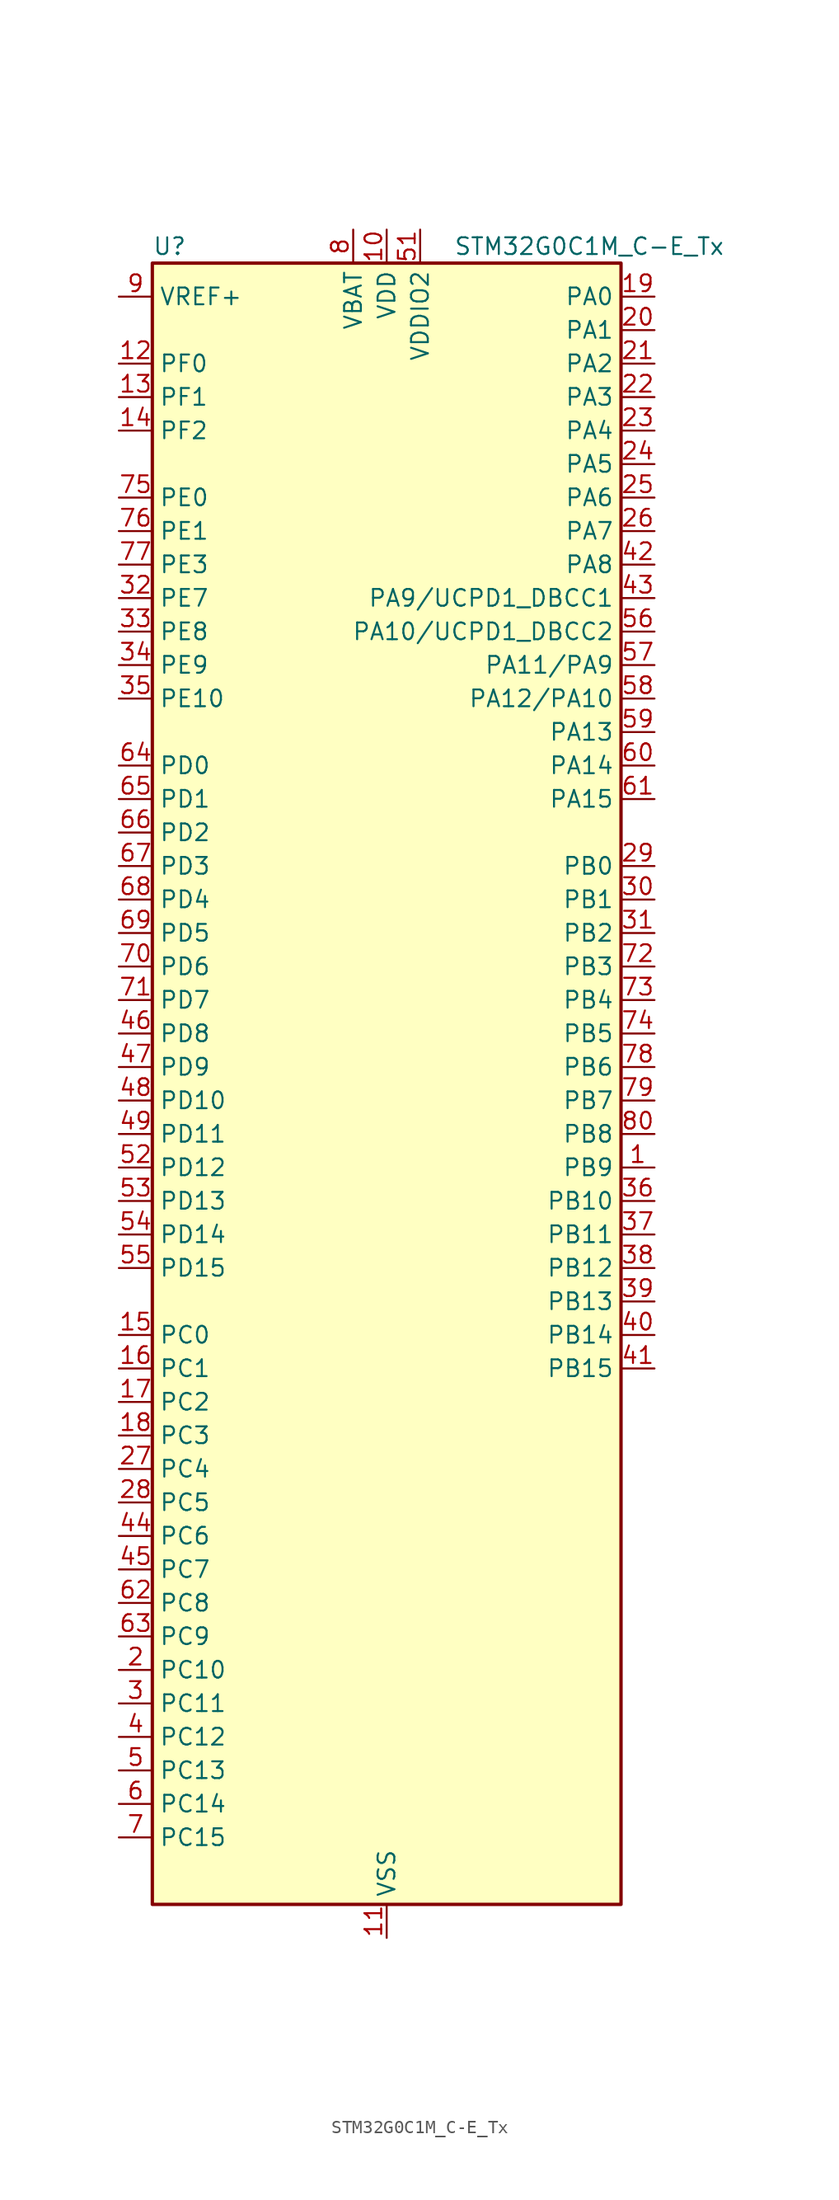
<source format=kicad_sym>
(kicad_symbol_lib
  (version 20211014)
  (generator kicad-library-utils)
  (symbol "STM32G0C1M_C-E_Tx"
    (property "Reference" "U"
      (at -17.78 64.77 0)
      (effects (font (size 1.27 1.27)) (justify left)))
    (property "Value" "STM32G0C1M_C-E_Tx"
      (at 5.08 64.77 0)
      (effects (font (size 1.27 1.27)) (justify left)))
    (property "ki_fp_filters" "LQFP*12x12mm*P0.5mm*"
      (at 0.0 0.0 0.0)
      (effects (font (size 1.27 1.27))))
    (symbol "STM32G0C1M_C-E_Tx_0_1"
      (rectangle (start -17.78 -60.96) (end 17.78 63.5) (stroke (width 0.254)) (fill (type background))))
    (symbol "STM32G0C1M_C-E_Tx_1_1"
      (pin input line (at -20.32 60.96 0) (length 2.54) (name "VREF+" (effects (font (size 1.27 1.27)))) (number "9" (effects (font (size 1.27 1.27)))) (alternate "VREFBUF_OUT" bidirectional line))
      (pin bidirectional line (at -20.32 55.88 0) (length 2.54) (name "PF0" (effects (font (size 1.27 1.27)))) (number "12" (effects (font (size 1.27 1.27)))) (alternate "CRS1_SYNC" bidirectional line) (alternate "RCC_OSC_IN" bidirectional line) (alternate "TIM14_CH1" bidirectional line))
      (pin bidirectional line (at -20.32 53.34 0) (length 2.54) (name "PF1" (effects (font (size 1.27 1.27)))) (number "13" (effects (font (size 1.27 1.27)))) (alternate "RCC_OSC_EN" bidirectional line) (alternate "RCC_OSC_OUT" bidirectional line) (alternate "TIM15_CH1N" bidirectional line))
      (pin bidirectional line (at -20.32 50.8 0) (length 2.54) (name "PF2" (effects (font (size 1.27 1.27)))) (number "14" (effects (font (size 1.27 1.27)))) (alternate "LPUART2_DE" bidirectional line) (alternate "LPUART2_RTS" bidirectional line) (alternate "LPUART2_TX" bidirectional line) (alternate "RCC_MCO" bidirectional line))
      (pin bidirectional line (at -20.32 45.72 0) (length 2.54) (name "PE0" (effects (font (size 1.27 1.27)))) (number "75" (effects (font (size 1.27 1.27)))) (alternate "TIM16_CH1" bidirectional line) (alternate "TIM4_ETR" bidirectional line))
      (pin bidirectional line (at -20.32 43.18 0) (length 2.54) (name "PE1" (effects (font (size 1.27 1.27)))) (number "76" (effects (font (size 1.27 1.27)))) (alternate "TIM17_CH1" bidirectional line))
      (pin bidirectional line (at -20.32 40.64 0) (length 2.54) (name "PE3" (effects (font (size 1.27 1.27)))) (number "77" (effects (font (size 1.27 1.27)))) (alternate "TIM3_CH1" bidirectional line))
      (pin bidirectional line (at -20.32 38.1 0) (length 2.54) (name "PE7" (effects (font (size 1.27 1.27)))) (number "32" (effects (font (size 1.27 1.27)))) (alternate "COMP3_INP" bidirectional line) (alternate "TIM1_ETR" bidirectional line) (alternate "USART5_CK" bidirectional line) (alternate "USART5_DE" bidirectional line) (alternate "USART5_RTS" bidirectional line))
      (pin bidirectional line (at -20.32 35.56 0) (length 2.54) (name "PE8" (effects (font (size 1.27 1.27)))) (number "33" (effects (font (size 1.27 1.27)))) (alternate "COMP3_INM" bidirectional line) (alternate "TIM1_CH1N" bidirectional line) (alternate "USART4_TX" bidirectional line))
      (pin bidirectional line (at -20.32 33.02 0) (length 2.54) (name "PE9" (effects (font (size 1.27 1.27)))) (number "34" (effects (font (size 1.27 1.27)))) (alternate "DAC1_EXTI9" bidirectional line) (alternate "TIM1_CH1" bidirectional line) (alternate "USART4_RX" bidirectional line))
      (pin bidirectional line (at -20.32 30.48 0) (length 2.54) (name "PE10" (effects (font (size 1.27 1.27)))) (number "35" (effects (font (size 1.27 1.27)))) (alternate "TIM1_CH2N" bidirectional line) (alternate "USART5_TX" bidirectional line))
      (pin bidirectional line (at -20.32 25.4 0) (length 2.54) (name "PD0" (effects (font (size 1.27 1.27)))) (number "64" (effects (font (size 1.27 1.27)))) (alternate "FDCAN1_RX" bidirectional line) (alternate "I2S2_WS" bidirectional line) (alternate "SPI2_NSS" bidirectional line) (alternate "TIM16_CH1" bidirectional line) (alternate "UCPD2_CC1" bidirectional line))
      (pin bidirectional line (at -20.32 22.86 0) (length 2.54) (name "PD1" (effects (font (size 1.27 1.27)))) (number "65" (effects (font (size 1.27 1.27)))) (alternate "FDCAN1_TX" bidirectional line) (alternate "I2S2_CK" bidirectional line) (alternate "SPI2_SCK" bidirectional line) (alternate "TIM17_CH1" bidirectional line) (alternate "UCPD2_DBCC1" bidirectional line))
      (pin bidirectional line (at -20.32 20.32 0) (length 2.54) (name "PD2" (effects (font (size 1.27 1.27)))) (number "66" (effects (font (size 1.27 1.27)))) (alternate "TIM1_CH1N" bidirectional line) (alternate "TIM3_ETR" bidirectional line) (alternate "UCPD2_CC2" bidirectional line) (alternate "USART3_CK" bidirectional line) (alternate "USART3_DE" bidirectional line) (alternate "USART3_RTS" bidirectional line) (alternate "USART5_RX" bidirectional line))
      (pin bidirectional line (at -20.32 17.78 0) (length 2.54) (name "PD3" (effects (font (size 1.27 1.27)))) (number "67" (effects (font (size 1.27 1.27)))) (alternate "I2S2_MCK" bidirectional line) (alternate "SPI2_MISO" bidirectional line) (alternate "TIM1_CH2N" bidirectional line) (alternate "UCPD2_DBCC2" bidirectional line) (alternate "USART2_CTS" bidirectional line) (alternate "USART2_NSS" bidirectional line) (alternate "USART5_TX" bidirectional line))
      (pin bidirectional line (at -20.32 15.24 0) (length 2.54) (name "PD4" (effects (font (size 1.27 1.27)))) (number "68" (effects (font (size 1.27 1.27)))) (alternate "I2S2_SD" bidirectional line) (alternate "SPI2_MOSI" bidirectional line) (alternate "TIM1_CH3N" bidirectional line) (alternate "USART2_CK" bidirectional line) (alternate "USART2_DE" bidirectional line) (alternate "USART2_RTS" bidirectional line) (alternate "USART5_CK" bidirectional line) (alternate "USART5_DE" bidirectional line) (alternate "USART5_RTS" bidirectional line))
      (pin bidirectional line (at -20.32 12.7 0) (length 2.54) (name "PD5" (effects (font (size 1.27 1.27)))) (number "69" (effects (font (size 1.27 1.27)))) (alternate "I2S1_MCK" bidirectional line) (alternate "SPI1_MISO" bidirectional line) (alternate "TIM1_BK" bidirectional line) (alternate "USART2_TX" bidirectional line) (alternate "USART5_CTS" bidirectional line) (alternate "USART5_NSS" bidirectional line))
      (pin bidirectional line (at -20.32 10.16 0) (length 2.54) (name "PD6" (effects (font (size 1.27 1.27)))) (number "70" (effects (font (size 1.27 1.27)))) (alternate "I2S1_SD" bidirectional line) (alternate "LPTIM2_OUT" bidirectional line) (alternate "SPI1_MOSI" bidirectional line) (alternate "USART2_RX" bidirectional line))
      (pin bidirectional line (at -20.32 7.62 0) (length 2.54) (name "PD7" (effects (font (size 1.27 1.27)))) (number "71" (effects (font (size 1.27 1.27)))) (alternate "RCC_MCO_2" bidirectional line))
      (pin bidirectional line (at -20.32 5.08 0) (length 2.54) (name "PD8" (effects (font (size 1.27 1.27)))) (number "46" (effects (font (size 1.27 1.27)))) (alternate "I2S1_CK" bidirectional line) (alternate "LPTIM1_OUT" bidirectional line) (alternate "SPI1_SCK" bidirectional line) (alternate "USART3_TX" bidirectional line))
      (pin bidirectional line (at -20.32 2.54 0) (length 2.54) (name "PD9" (effects (font (size 1.27 1.27)))) (number "47" (effects (font (size 1.27 1.27)))) (alternate "DAC1_EXTI9" bidirectional line) (alternate "I2S1_WS" bidirectional line) (alternate "SPI1_NSS" bidirectional line) (alternate "TIM1_BK2" bidirectional line) (alternate "USART3_RX" bidirectional line))
      (pin bidirectional line (at -20.32 0.0 0) (length 2.54) (name "PD10" (effects (font (size 1.27 1.27)))) (number "48" (effects (font (size 1.27 1.27)))) (alternate "RCC_MCO" bidirectional line))
      (pin bidirectional line (at -20.32 -2.54 0) (length 2.54) (name "PD11" (effects (font (size 1.27 1.27)))) (number "49" (effects (font (size 1.27 1.27)))) (alternate "ADC1_EXTI11" bidirectional line) (alternate "LPTIM2_ETR" bidirectional line) (alternate "USART3_CTS" bidirectional line) (alternate "USART3_NSS" bidirectional line))
      (pin bidirectional line (at -20.32 -5.08 0) (length 2.54) (name "PD12" (effects (font (size 1.27 1.27)))) (number "52" (effects (font (size 1.27 1.27)))) (alternate "FDCAN1_RX" bidirectional line) (alternate "LPTIM2_IN1" bidirectional line) (alternate "TIM4_CH1" bidirectional line) (alternate "USART3_CK" bidirectional line) (alternate "USART3_DE" bidirectional line) (alternate "USART3_RTS" bidirectional line))
      (pin bidirectional line (at -20.32 -7.62 0) (length 2.54) (name "PD13" (effects (font (size 1.27 1.27)))) (number "53" (effects (font (size 1.27 1.27)))) (alternate "FDCAN1_TX" bidirectional line) (alternate "LPTIM2_OUT" bidirectional line) (alternate "TIM4_CH2" bidirectional line))
      (pin bidirectional line (at -20.32 -10.16 0) (length 2.54) (name "PD14" (effects (font (size 1.27 1.27)))) (number "54" (effects (font (size 1.27 1.27)))) (alternate "FDCAN2_RX" bidirectional line) (alternate "LPUART2_CTS" bidirectional line) (alternate "TIM4_CH3" bidirectional line))
      (pin bidirectional line (at -20.32 -12.7 0) (length 2.54) (name "PD15" (effects (font (size 1.27 1.27)))) (number "55" (effects (font (size 1.27 1.27)))) (alternate "CRS1_SYNC" bidirectional line) (alternate "FDCAN2_TX" bidirectional line) (alternate "LPUART2_DE" bidirectional line) (alternate "LPUART2_RTS" bidirectional line) (alternate "TIM4_CH4" bidirectional line))
      (pin bidirectional line (at -20.32 -17.78 0) (length 2.54) (name "PC0" (effects (font (size 1.27 1.27)))) (number "15" (effects (font (size 1.27 1.27)))) (alternate "COMP3_INM" bidirectional line) (alternate "COMP3_OUT" bidirectional line) (alternate "I2C3_SCL" bidirectional line) (alternate "LPTIM1_IN1" bidirectional line) (alternate "LPTIM2_IN1" bidirectional line) (alternate "LPUART1_RX" bidirectional line) (alternate "LPUART2_TX" bidirectional line) (alternate "USART6_TX" bidirectional line))
      (pin bidirectional line (at -20.32 -20.32 0) (length 2.54) (name "PC1" (effects (font (size 1.27 1.27)))) (number "16" (effects (font (size 1.27 1.27)))) (alternate "COMP3_INP" bidirectional line) (alternate "I2C3_SDA" bidirectional line) (alternate "LPTIM1_OUT" bidirectional line) (alternate "LPUART1_TX" bidirectional line) (alternate "LPUART2_RX" bidirectional line) (alternate "TIM15_CH1" bidirectional line) (alternate "USART6_RX" bidirectional line))
      (pin bidirectional line (at -20.32 -22.86 0) (length 2.54) (name "PC2" (effects (font (size 1.27 1.27)))) (number "17" (effects (font (size 1.27 1.27)))) (alternate "COMP3_OUT" bidirectional line) (alternate "FDCAN2_RX" bidirectional line) (alternate "I2S2_MCK" bidirectional line) (alternate "LPTIM1_IN2" bidirectional line) (alternate "SPI2_MISO" bidirectional line) (alternate "TIM15_CH2" bidirectional line))
      (pin bidirectional line (at -20.32 -25.4 0) (length 2.54) (name "PC3" (effects (font (size 1.27 1.27)))) (number "18" (effects (font (size 1.27 1.27)))) (alternate "FDCAN2_TX" bidirectional line) (alternate "I2S2_SD" bidirectional line) (alternate "LPTIM1_ETR" bidirectional line) (alternate "LPTIM2_ETR" bidirectional line) (alternate "SPI2_MOSI" bidirectional line))
      (pin bidirectional line (at -20.32 -27.94 0) (length 2.54) (name "PC4" (effects (font (size 1.27 1.27)))) (number "27" (effects (font (size 1.27 1.27)))) (alternate "ADC1_IN17" bidirectional line) (alternate "COMP1_INM" bidirectional line) (alternate "FDCAN1_RX" bidirectional line) (alternate "TIM2_CH1" bidirectional line) (alternate "TIM2_ETR" bidirectional line) (alternate "USART1_TX" bidirectional line) (alternate "USART3_TX" bidirectional line))
      (pin bidirectional line (at -20.32 -30.48 0) (length 2.54) (name "PC5" (effects (font (size 1.27 1.27)))) (number "28" (effects (font (size 1.27 1.27)))) (alternate "ADC1_IN18" bidirectional line) (alternate "COMP1_INP" bidirectional line) (alternate "FDCAN1_TX" bidirectional line) (alternate "SYS_WKUP5" bidirectional line) (alternate "TIM2_CH2" bidirectional line) (alternate "USART1_RX" bidirectional line) (alternate "USART3_RX" bidirectional line))
      (pin bidirectional line (at -20.32 -33.02 0) (length 2.54) (name "PC6" (effects (font (size 1.27 1.27)))) (number "44" (effects (font (size 1.27 1.27)))) (alternate "LPUART2_TX" bidirectional line) (alternate "TIM2_CH3" bidirectional line) (alternate "TIM3_CH1" bidirectional line) (alternate "UCPD1_FRSTX1" bidirectional line) (alternate "UCPD1_FRSTX2" bidirectional line))
      (pin bidirectional line (at -20.32 -35.56 0) (length 2.54) (name "PC7" (effects (font (size 1.27 1.27)))) (number "45" (effects (font (size 1.27 1.27)))) (alternate "LPUART2_RX" bidirectional line) (alternate "TIM2_CH4" bidirectional line) (alternate "TIM3_CH2" bidirectional line) (alternate "UCPD2_FRSTX1" bidirectional line) (alternate "UCPD2_FRSTX2" bidirectional line))
      (pin bidirectional line (at -20.32 -38.1 0) (length 2.54) (name "PC8" (effects (font (size 1.27 1.27)))) (number "62" (effects (font (size 1.27 1.27)))) (alternate "LPUART2_CTS" bidirectional line) (alternate "TIM1_CH1" bidirectional line) (alternate "TIM3_CH3" bidirectional line) (alternate "UCPD2_FRSTX1" bidirectional line) (alternate "UCPD2_FRSTX2" bidirectional line))
      (pin bidirectional line (at -20.32 -40.64 0) (length 2.54) (name "PC9" (effects (font (size 1.27 1.27)))) (number "63" (effects (font (size 1.27 1.27)))) (alternate "DAC1_EXTI9" bidirectional line) (alternate "I2S_CKIN" bidirectional line) (alternate "LPUART2_DE" bidirectional line) (alternate "LPUART2_RTS" bidirectional line) (alternate "TIM1_CH2" bidirectional line) (alternate "TIM3_CH4" bidirectional line) (alternate "USB_NOE" bidirectional line))
      (pin bidirectional line (at -20.32 -43.18 0) (length 2.54) (name "PC10" (effects (font (size 1.27 1.27)))) (number "2" (effects (font (size 1.27 1.27)))) (alternate "SPI3_SCK" bidirectional line) (alternate "TIM1_CH3" bidirectional line) (alternate "USART3_TX" bidirectional line) (alternate "USART4_TX" bidirectional line))
      (pin bidirectional line (at -20.32 -45.72 0) (length 2.54) (name "PC11" (effects (font (size 1.27 1.27)))) (number "3" (effects (font (size 1.27 1.27)))) (alternate "ADC1_EXTI11" bidirectional line) (alternate "SPI3_MISO" bidirectional line) (alternate "TIM1_CH4" bidirectional line) (alternate "USART3_RX" bidirectional line) (alternate "USART4_RX" bidirectional line))
      (pin bidirectional line (at -20.32 -48.26 0) (length 2.54) (name "PC12" (effects (font (size 1.27 1.27)))) (number "4" (effects (font (size 1.27 1.27)))) (alternate "LPTIM1_IN1" bidirectional line) (alternate "SPI3_MOSI" bidirectional line) (alternate "TIM14_CH1" bidirectional line) (alternate "UCPD1_FRSTX1" bidirectional line) (alternate "UCPD1_FRSTX2" bidirectional line) (alternate "USART5_TX" bidirectional line))
      (pin bidirectional line (at -20.32 -50.8 0) (length 2.54) (name "PC13" (effects (font (size 1.27 1.27)))) (number "5" (effects (font (size 1.27 1.27)))) (alternate "RTC_OUT1" bidirectional line) (alternate "RTC_TAMP_IN1" bidirectional line) (alternate "RTC_TS" bidirectional line) (alternate "SYS_WKUP2" bidirectional line) (alternate "TIM1_BK" bidirectional line))
      (pin bidirectional line (at -20.32 -53.34 0) (length 2.54) (name "PC14" (effects (font (size 1.27 1.27)))) (number "6" (effects (font (size 1.27 1.27)))) (alternate "RCC_OSC32_IN" bidirectional line) (alternate "TIM1_BK2" bidirectional line))
      (pin bidirectional line (at -20.32 -55.88 0) (length 2.54) (name "PC15" (effects (font (size 1.27 1.27)))) (number "7" (effects (font (size 1.27 1.27)))) (alternate "RCC_OSC32_EN" bidirectional line) (alternate "RCC_OSC32_OUT" bidirectional line) (alternate "RCC_OSC_EN" bidirectional line) (alternate "TIM15_BK" bidirectional line))
      (pin bidirectional line (at 20.32 60.96 180) (length 2.54) (name "PA0" (effects (font (size 1.27 1.27)))) (number "19" (effects (font (size 1.27 1.27)))) (alternate "ADC1_IN0" bidirectional line) (alternate "COMP1_INM" bidirectional line) (alternate "COMP1_OUT" bidirectional line) (alternate "I2S2_CK" bidirectional line) (alternate "LPTIM1_OUT" bidirectional line) (alternate "RTC_TAMP_IN2" bidirectional line) (alternate "SPI2_SCK" bidirectional line) (alternate "SYS_WKUP1" bidirectional line) (alternate "TIM2_CH1" bidirectional line) (alternate "TIM2_ETR" bidirectional line) (alternate "UCPD2_FRSTX1" bidirectional line) (alternate "UCPD2_FRSTX2" bidirectional line) (alternate "USART2_CTS" bidirectional line) (alternate "USART2_NSS" bidirectional line) (alternate "USART4_TX" bidirectional line))
      (pin bidirectional line (at 20.32 58.42 180) (length 2.54) (name "PA1" (effects (font (size 1.27 1.27)))) (number "20" (effects (font (size 1.27 1.27)))) (alternate "ADC1_IN1" bidirectional line) (alternate "COMP1_INP" bidirectional line) (alternate "I2C1_SMBA" bidirectional line) (alternate "I2S1_CK" bidirectional line) (alternate "SPI1_SCK" bidirectional line) (alternate "TIM15_CH1N" bidirectional line) (alternate "TIM2_CH2" bidirectional line) (alternate "USART2_CK" bidirectional line) (alternate "USART2_DE" bidirectional line) (alternate "USART2_RTS" bidirectional line) (alternate "USART4_RX" bidirectional line))
      (pin bidirectional line (at 20.32 55.88 180) (length 2.54) (name "PA2" (effects (font (size 1.27 1.27)))) (number "21" (effects (font (size 1.27 1.27)))) (alternate "ADC1_IN2" bidirectional line) (alternate "COMP2_INM" bidirectional line) (alternate "COMP2_OUT" bidirectional line) (alternate "I2S1_SD" bidirectional line) (alternate "LPUART1_TX" bidirectional line) (alternate "RCC_LSCO" bidirectional line) (alternate "SPI1_MOSI" bidirectional line) (alternate "SYS_WKUP4" bidirectional line) (alternate "TIM15_CH1" bidirectional line) (alternate "TIM2_CH3" bidirectional line) (alternate "UCPD1_FRSTX1" bidirectional line) (alternate "UCPD1_FRSTX2" bidirectional line) (alternate "USART2_TX" bidirectional line))
      (pin bidirectional line (at 20.32 53.34 180) (length 2.54) (name "PA3" (effects (font (size 1.27 1.27)))) (number "22" (effects (font (size 1.27 1.27)))) (alternate "ADC1_IN3" bidirectional line) (alternate "COMP2_INP" bidirectional line) (alternate "I2S2_MCK" bidirectional line) (alternate "LPUART1_RX" bidirectional line) (alternate "SPI2_MISO" bidirectional line) (alternate "TIM15_CH2" bidirectional line) (alternate "TIM2_CH4" bidirectional line) (alternate "UCPD2_FRSTX1" bidirectional line) (alternate "UCPD2_FRSTX2" bidirectional line) (alternate "USART2_RX" bidirectional line))
      (pin bidirectional line (at 20.32 50.8 180) (length 2.54) (name "PA4" (effects (font (size 1.27 1.27)))) (number "23" (effects (font (size 1.27 1.27)))) (alternate "ADC1_IN4" bidirectional line) (alternate "DAC1_OUT1" bidirectional line) (alternate "I2S1_WS" bidirectional line) (alternate "I2S2_SD" bidirectional line) (alternate "LPTIM2_OUT" bidirectional line) (alternate "RTC_OUT2" bidirectional line) (alternate "SPI1_NSS" bidirectional line) (alternate "SPI2_MOSI" bidirectional line) (alternate "SPI3_NSS" bidirectional line) (alternate "TIM14_CH1" bidirectional line) (alternate "UCPD2_FRSTX1" bidirectional line) (alternate "UCPD2_FRSTX2" bidirectional line) (alternate "USART6_TX" bidirectional line) (alternate "USB_NOE" bidirectional line))
      (pin bidirectional line (at 20.32 48.26 180) (length 2.54) (name "PA5" (effects (font (size 1.27 1.27)))) (number "24" (effects (font (size 1.27 1.27)))) (alternate "ADC1_IN5" bidirectional line) (alternate "CEC" bidirectional line) (alternate "DAC1_OUT2" bidirectional line) (alternate "I2S1_CK" bidirectional line) (alternate "LPTIM2_ETR" bidirectional line) (alternate "SPI1_SCK" bidirectional line) (alternate "TIM2_CH1" bidirectional line) (alternate "TIM2_ETR" bidirectional line) (alternate "UCPD1_FRSTX1" bidirectional line) (alternate "UCPD1_FRSTX2" bidirectional line) (alternate "USART3_TX" bidirectional line) (alternate "USART6_RX" bidirectional line))
      (pin bidirectional line (at 20.32 45.72 180) (length 2.54) (name "PA6" (effects (font (size 1.27 1.27)))) (number "25" (effects (font (size 1.27 1.27)))) (alternate "ADC1_IN6" bidirectional line) (alternate "COMP1_OUT" bidirectional line) (alternate "I2C2_SDA" bidirectional line) (alternate "I2C3_SDA" bidirectional line) (alternate "I2S1_MCK" bidirectional line) (alternate "LPUART1_CTS" bidirectional line) (alternate "SPI1_MISO" bidirectional line) (alternate "TIM16_CH1" bidirectional line) (alternate "TIM1_BK" bidirectional line) (alternate "TIM3_CH1" bidirectional line) (alternate "USART3_CTS" bidirectional line) (alternate "USART3_NSS" bidirectional line) (alternate "USART6_CTS" bidirectional line) (alternate "USART6_NSS" bidirectional line))
      (pin bidirectional line (at 20.32 43.18 180) (length 2.54) (name "PA7" (effects (font (size 1.27 1.27)))) (number "26" (effects (font (size 1.27 1.27)))) (alternate "ADC1_IN7" bidirectional line) (alternate "COMP2_OUT" bidirectional line) (alternate "I2C2_SCL" bidirectional line) (alternate "I2C3_SCL" bidirectional line) (alternate "I2S1_SD" bidirectional line) (alternate "SPI1_MOSI" bidirectional line) (alternate "TIM14_CH1" bidirectional line) (alternate "TIM17_CH1" bidirectional line) (alternate "TIM1_CH1N" bidirectional line) (alternate "TIM3_CH2" bidirectional line) (alternate "UCPD1_FRSTX1" bidirectional line) (alternate "UCPD1_FRSTX2" bidirectional line) (alternate "USART6_CK" bidirectional line) (alternate "USART6_DE" bidirectional line) (alternate "USART6_RTS" bidirectional line))
      (pin bidirectional line (at 20.32 40.64 180) (length 2.54) (name "PA8" (effects (font (size 1.27 1.27)))) (number "42" (effects (font (size 1.27 1.27)))) (alternate "CRS1_SYNC" bidirectional line) (alternate "I2C2_SMBA" bidirectional line) (alternate "I2S2_WS" bidirectional line) (alternate "LPTIM2_OUT" bidirectional line) (alternate "RCC_MCO" bidirectional line) (alternate "SPI2_NSS" bidirectional line) (alternate "TIM1_CH1" bidirectional line) (alternate "UCPD1_CC1" bidirectional line))
      (pin bidirectional line (at 20.32 38.1 180) (length 2.54) (name "PA9/UCPD1_DBCC1" (effects (font (size 1.27 1.27)))) (number "43" (effects (font (size 1.27 1.27)))) (alternate "DAC1_EXTI9" bidirectional line) (alternate "I2C1_SCL" bidirectional line) (alternate "I2C2_SCL" bidirectional line) (alternate "I2S2_MCK" bidirectional line) (alternate "RCC_MCO" bidirectional line) (alternate "SPI2_MISO" bidirectional line) (alternate "TIM15_BK" bidirectional line) (alternate "TIM1_CH2" bidirectional line) (alternate "UCPD1_DBCC1" bidirectional line) (alternate "USART1_TX" bidirectional line))
      (pin bidirectional line (at 20.32 35.56 180) (length 2.54) (name "PA10/UCPD1_DBCC2" (effects (font (size 1.27 1.27)))) (number "56" (effects (font (size 1.27 1.27)))) (alternate "I2C1_SDA" bidirectional line) (alternate "I2C2_SDA" bidirectional line) (alternate "I2S2_SD" bidirectional line) (alternate "RCC_MCO_2" bidirectional line) (alternate "SPI2_MOSI" bidirectional line) (alternate "TIM17_BK" bidirectional line) (alternate "TIM1_CH3" bidirectional line) (alternate "UCPD1_DBCC2" bidirectional line) (alternate "USART1_RX" bidirectional line))
      (pin bidirectional line (at 20.32 33.02 180) (length 2.54) (name "PA11/PA9" (effects (font (size 1.27 1.27)))) (number "57" (effects (font (size 1.27 1.27)))) (alternate "ADC1_EXTI11" bidirectional line) (alternate "COMP1_OUT" bidirectional line) (alternate "FDCAN1_RX" bidirectional line) (alternate "I2C2_SCL" bidirectional line) (alternate "I2S1_MCK" bidirectional line) (alternate "SPI1_MISO" bidirectional line) (alternate "TIM1_BK2" bidirectional line) (alternate "TIM1_CH4" bidirectional line) (alternate "USART1_CTS" bidirectional line) (alternate "USART1_NSS" bidirectional line) (alternate "USB_DM" bidirectional line))
      (pin bidirectional line (at 20.32 30.48 180) (length 2.54) (name "PA12/PA10" (effects (font (size 1.27 1.27)))) (number "58" (effects (font (size 1.27 1.27)))) (alternate "COMP2_OUT" bidirectional line) (alternate "FDCAN1_TX" bidirectional line) (alternate "I2C2_SDA" bidirectional line) (alternate "I2S1_SD" bidirectional line) (alternate "I2S_CKIN" bidirectional line) (alternate "SPI1_MOSI" bidirectional line) (alternate "TIM1_ETR" bidirectional line) (alternate "USART1_CK" bidirectional line) (alternate "USART1_DE" bidirectional line) (alternate "USART1_RTS" bidirectional line) (alternate "USB_DP" bidirectional line))
      (pin bidirectional line (at 20.32 27.94 180) (length 2.54) (name "PA13" (effects (font (size 1.27 1.27)))) (number "59" (effects (font (size 1.27 1.27)))) (alternate "IR_OUT" bidirectional line) (alternate "LPUART2_RX" bidirectional line) (alternate "SYS_SWDIO" bidirectional line) (alternate "USB_NOE" bidirectional line))
      (pin bidirectional line (at 20.32 25.4 180) (length 2.54) (name "PA14" (effects (font (size 1.27 1.27)))) (number "60" (effects (font (size 1.27 1.27)))) (alternate "LPUART2_TX" bidirectional line) (alternate "SYS_SWCLK" bidirectional line) (alternate "USART2_TX" bidirectional line))
      (pin bidirectional line (at 20.32 22.86 180) (length 2.54) (name "PA15" (effects (font (size 1.27 1.27)))) (number "61" (effects (font (size 1.27 1.27)))) (alternate "I2C2_SMBA" bidirectional line) (alternate "I2S1_WS" bidirectional line) (alternate "RCC_MCO_2" bidirectional line) (alternate "SPI1_NSS" bidirectional line) (alternate "SPI3_NSS" bidirectional line) (alternate "TIM2_CH1" bidirectional line) (alternate "TIM2_ETR" bidirectional line) (alternate "USART2_RX" bidirectional line) (alternate "USART3_CK" bidirectional line) (alternate "USART3_DE" bidirectional line) (alternate "USART3_RTS" bidirectional line) (alternate "USART4_CK" bidirectional line) (alternate "USART4_DE" bidirectional line) (alternate "USART4_RTS" bidirectional line) (alternate "USB_NOE" bidirectional line))
      (pin bidirectional line (at 20.32 17.78 180) (length 2.54) (name "PB0" (effects (font (size 1.27 1.27)))) (number "29" (effects (font (size 1.27 1.27)))) (alternate "ADC1_IN8" bidirectional line) (alternate "COMP1_OUT" bidirectional line) (alternate "COMP3_INP" bidirectional line) (alternate "FDCAN2_RX" bidirectional line) (alternate "I2S1_WS" bidirectional line) (alternate "LPTIM1_OUT" bidirectional line) (alternate "LPUART2_CTS" bidirectional line) (alternate "SPI1_NSS" bidirectional line) (alternate "TIM1_CH2N" bidirectional line) (alternate "TIM3_CH3" bidirectional line) (alternate "UCPD1_FRSTX1" bidirectional line) (alternate "UCPD1_FRSTX2" bidirectional line) (alternate "USART3_RX" bidirectional line) (alternate "USART5_TX" bidirectional line))
      (pin bidirectional line (at 20.32 15.24 180) (length 2.54) (name "PB1" (effects (font (size 1.27 1.27)))) (number "30" (effects (font (size 1.27 1.27)))) (alternate "ADC1_IN9" bidirectional line) (alternate "COMP1_INM" bidirectional line) (alternate "COMP3_OUT" bidirectional line) (alternate "FDCAN2_TX" bidirectional line) (alternate "LPTIM2_IN1" bidirectional line) (alternate "LPUART1_DE" bidirectional line) (alternate "LPUART1_RTS" bidirectional line) (alternate "LPUART2_DE" bidirectional line) (alternate "LPUART2_RTS" bidirectional line) (alternate "TIM14_CH1" bidirectional line) (alternate "TIM1_CH3N" bidirectional line) (alternate "TIM3_CH4" bidirectional line) (alternate "USART3_CK" bidirectional line) (alternate "USART3_DE" bidirectional line) (alternate "USART3_RTS" bidirectional line) (alternate "USART5_RX" bidirectional line))
      (pin bidirectional line (at 20.32 12.7 180) (length 2.54) (name "PB2" (effects (font (size 1.27 1.27)))) (number "31" (effects (font (size 1.27 1.27)))) (alternate "ADC1_IN10" bidirectional line) (alternate "COMP1_INP" bidirectional line) (alternate "COMP3_INM" bidirectional line) (alternate "I2S2_MCK" bidirectional line) (alternate "LPTIM1_OUT" bidirectional line) (alternate "RCC_MCO_2" bidirectional line) (alternate "SPI2_MISO" bidirectional line) (alternate "USART3_TX" bidirectional line))
      (pin bidirectional line (at 20.32 10.16 180) (length 2.54) (name "PB3" (effects (font (size 1.27 1.27)))) (number "72" (effects (font (size 1.27 1.27)))) (alternate "COMP2_INM" bidirectional line) (alternate "I2C2_SCL" bidirectional line) (alternate "I2C3_SCL" bidirectional line) (alternate "I2S1_CK" bidirectional line) (alternate "SPI1_SCK" bidirectional line) (alternate "SPI3_SCK" bidirectional line) (alternate "TIM1_CH2" bidirectional line) (alternate "TIM2_CH2" bidirectional line) (alternate "USART1_CK" bidirectional line) (alternate "USART1_DE" bidirectional line) (alternate "USART1_RTS" bidirectional line) (alternate "USART5_TX" bidirectional line))
      (pin bidirectional line (at 20.32 7.62 180) (length 2.54) (name "PB4" (effects (font (size 1.27 1.27)))) (number "73" (effects (font (size 1.27 1.27)))) (alternate "COMP2_INP" bidirectional line) (alternate "I2C2_SDA" bidirectional line) (alternate "I2C3_SDA" bidirectional line) (alternate "I2S1_MCK" bidirectional line) (alternate "SPI1_MISO" bidirectional line) (alternate "SPI3_MISO" bidirectional line) (alternate "TIM17_BK" bidirectional line) (alternate "TIM3_CH1" bidirectional line) (alternate "USART1_CTS" bidirectional line) (alternate "USART1_NSS" bidirectional line) (alternate "USART5_RX" bidirectional line))
      (pin bidirectional line (at 20.32 5.08 180) (length 2.54) (name "PB5" (effects (font (size 1.27 1.27)))) (number "74" (effects (font (size 1.27 1.27)))) (alternate "COMP2_OUT" bidirectional line) (alternate "FDCAN2_RX" bidirectional line) (alternate "I2C1_SMBA" bidirectional line) (alternate "I2S1_SD" bidirectional line) (alternate "LPTIM1_IN1" bidirectional line) (alternate "SPI1_MOSI" bidirectional line) (alternate "SPI3_MOSI" bidirectional line) (alternate "SYS_WKUP6" bidirectional line) (alternate "TIM16_BK" bidirectional line) (alternate "TIM3_CH2" bidirectional line) (alternate "USART5_CK" bidirectional line) (alternate "USART5_DE" bidirectional line) (alternate "USART5_RTS" bidirectional line))
      (pin bidirectional line (at 20.32 2.54 180) (length 2.54) (name "PB6" (effects (font (size 1.27 1.27)))) (number "78" (effects (font (size 1.27 1.27)))) (alternate "COMP2_INP" bidirectional line) (alternate "FDCAN2_TX" bidirectional line) (alternate "I2C1_SCL" bidirectional line) (alternate "I2S2_MCK" bidirectional line) (alternate "LPTIM1_ETR" bidirectional line) (alternate "LPUART2_TX" bidirectional line) (alternate "SPI2_MISO" bidirectional line) (alternate "TIM16_CH1N" bidirectional line) (alternate "TIM1_CH3" bidirectional line) (alternate "TIM4_CH1" bidirectional line) (alternate "USART1_TX" bidirectional line) (alternate "USART5_CTS" bidirectional line) (alternate "USART5_NSS" bidirectional line))
      (pin bidirectional line (at 20.32 0.0 180) (length 2.54) (name "PB7" (effects (font (size 1.27 1.27)))) (number "79" (effects (font (size 1.27 1.27)))) (alternate "COMP2_INM" bidirectional line) (alternate "I2C1_SDA" bidirectional line) (alternate "I2S2_SD" bidirectional line) (alternate "LPTIM1_IN2" bidirectional line) (alternate "LPUART2_RX" bidirectional line) (alternate "SPI2_MOSI" bidirectional line) (alternate "SYS_PVD_IN" bidirectional line) (alternate "TIM17_CH1N" bidirectional line) (alternate "TIM4_CH2" bidirectional line) (alternate "USART1_RX" bidirectional line) (alternate "USART4_CTS" bidirectional line) (alternate "USART4_NSS" bidirectional line))
      (pin bidirectional line (at 20.32 -2.54 180) (length 2.54) (name "PB8" (effects (font (size 1.27 1.27)))) (number "80" (effects (font (size 1.27 1.27)))) (alternate "CEC" bidirectional line) (alternate "FDCAN1_RX" bidirectional line) (alternate "I2C1_SCL" bidirectional line) (alternate "I2S2_CK" bidirectional line) (alternate "SPI2_SCK" bidirectional line) (alternate "TIM15_BK" bidirectional line) (alternate "TIM16_CH1" bidirectional line) (alternate "TIM4_CH3" bidirectional line) (alternate "USART3_TX" bidirectional line) (alternate "USART6_TX" bidirectional line))
      (pin bidirectional line (at 20.32 -5.08 180) (length 2.54) (name "PB9" (effects (font (size 1.27 1.27)))) (number "1" (effects (font (size 1.27 1.27)))) (alternate "DAC1_EXTI9" bidirectional line) (alternate "FDCAN1_TX" bidirectional line) (alternate "I2C1_SDA" bidirectional line) (alternate "I2S2_WS" bidirectional line) (alternate "IR_OUT" bidirectional line) (alternate "SPI2_NSS" bidirectional line) (alternate "TIM17_CH1" bidirectional line) (alternate "TIM4_CH4" bidirectional line) (alternate "UCPD2_FRSTX1" bidirectional line) (alternate "UCPD2_FRSTX2" bidirectional line) (alternate "USART3_RX" bidirectional line) (alternate "USART6_RX" bidirectional line))
      (pin bidirectional line (at 20.32 -7.62 180) (length 2.54) (name "PB10" (effects (font (size 1.27 1.27)))) (number "36" (effects (font (size 1.27 1.27)))) (alternate "ADC1_IN11" bidirectional line) (alternate "CEC" bidirectional line) (alternate "COMP1_OUT" bidirectional line) (alternate "I2C2_SCL" bidirectional line) (alternate "I2S2_CK" bidirectional line) (alternate "LPUART1_RX" bidirectional line) (alternate "SPI2_SCK" bidirectional line) (alternate "TIM2_CH3" bidirectional line) (alternate "USART3_TX" bidirectional line))
      (pin bidirectional line (at 20.32 -10.16 180) (length 2.54) (name "PB11" (effects (font (size 1.27 1.27)))) (number "37" (effects (font (size 1.27 1.27)))) (alternate "ADC1_EXTI11" bidirectional line) (alternate "ADC1_IN15" bidirectional line) (alternate "COMP2_OUT" bidirectional line) (alternate "I2C2_SDA" bidirectional line) (alternate "I2S2_SD" bidirectional line) (alternate "LPUART1_TX" bidirectional line) (alternate "SPI2_MOSI" bidirectional line) (alternate "TIM2_CH4" bidirectional line) (alternate "USART3_RX" bidirectional line))
      (pin bidirectional line (at 20.32 -12.7 180) (length 2.54) (name "PB12" (effects (font (size 1.27 1.27)))) (number "38" (effects (font (size 1.27 1.27)))) (alternate "ADC1_IN16" bidirectional line) (alternate "FDCAN2_RX" bidirectional line) (alternate "I2C2_SMBA" bidirectional line) (alternate "I2S2_WS" bidirectional line) (alternate "LPUART1_DE" bidirectional line) (alternate "LPUART1_RTS" bidirectional line) (alternate "SPI2_NSS" bidirectional line) (alternate "TIM15_BK" bidirectional line) (alternate "TIM1_BK" bidirectional line) (alternate "UCPD2_FRSTX1" bidirectional line) (alternate "UCPD2_FRSTX2" bidirectional line))
      (pin bidirectional line (at 20.32 -15.24 180) (length 2.54) (name "PB13" (effects (font (size 1.27 1.27)))) (number "39" (effects (font (size 1.27 1.27)))) (alternate "FDCAN2_TX" bidirectional line) (alternate "I2C2_SCL" bidirectional line) (alternate "I2S2_CK" bidirectional line) (alternate "LPUART1_CTS" bidirectional line) (alternate "SPI2_SCK" bidirectional line) (alternate "TIM15_CH1N" bidirectional line) (alternate "TIM1_CH1N" bidirectional line) (alternate "USART3_CTS" bidirectional line) (alternate "USART3_NSS" bidirectional line))
      (pin bidirectional line (at 20.32 -17.78 180) (length 2.54) (name "PB14" (effects (font (size 1.27 1.27)))) (number "40" (effects (font (size 1.27 1.27)))) (alternate "I2C2_SDA" bidirectional line) (alternate "I2S2_MCK" bidirectional line) (alternate "SPI2_MISO" bidirectional line) (alternate "TIM15_CH1" bidirectional line) (alternate "TIM1_CH2N" bidirectional line) (alternate "UCPD1_FRSTX1" bidirectional line) (alternate "UCPD1_FRSTX2" bidirectional line) (alternate "USART3_CK" bidirectional line) (alternate "USART3_DE" bidirectional line) (alternate "USART3_RTS" bidirectional line) (alternate "USART6_CK" bidirectional line) (alternate "USART6_DE" bidirectional line) (alternate "USART6_RTS" bidirectional line))
      (pin bidirectional line (at 20.32 -20.32 180) (length 2.54) (name "PB15" (effects (font (size 1.27 1.27)))) (number "41" (effects (font (size 1.27 1.27)))) (alternate "I2S2_SD" bidirectional line) (alternate "RTC_REFIN" bidirectional line) (alternate "SPI2_MOSI" bidirectional line) (alternate "TIM15_CH1N" bidirectional line) (alternate "TIM15_CH2" bidirectional line) (alternate "TIM1_CH3N" bidirectional line) (alternate "UCPD1_CC2" bidirectional line) (alternate "USART6_CTS" bidirectional line) (alternate "USART6_NSS" bidirectional line))
      (pin power_in line (at -2.54 66.04 270) (length 2.54) (name "VBAT" (effects (font (size 1.27 1.27)))) (number "8" (effects (font (size 1.27 1.27)))))
      (pin power_in line (at 0.0 66.04 270) (length 2.54) (name "VDD" (effects (font (size 1.27 1.27)))) (number "10" (effects (font (size 1.27 1.27)))))
      (pin power_in line (at 2.54 66.04 270) (length 2.54) (name "VDDIO2" (effects (font (size 1.27 1.27)))) (number "51" (effects (font (size 1.27 1.27)))))
      (pin power_in line (at 0.0 -63.5 90) (length 2.54) (name "VSS" (effects (font (size 1.27 1.27)))) (number "11" (effects (font (size 1.27 1.27)))))
      (pin passive line (at 0.0 -63.5 90) (length 2.54) hide (name "VSS" (effects (font (size 1.27 1.27)))) (number "50" (effects (font (size 1.27 1.27))))))))
</source>
